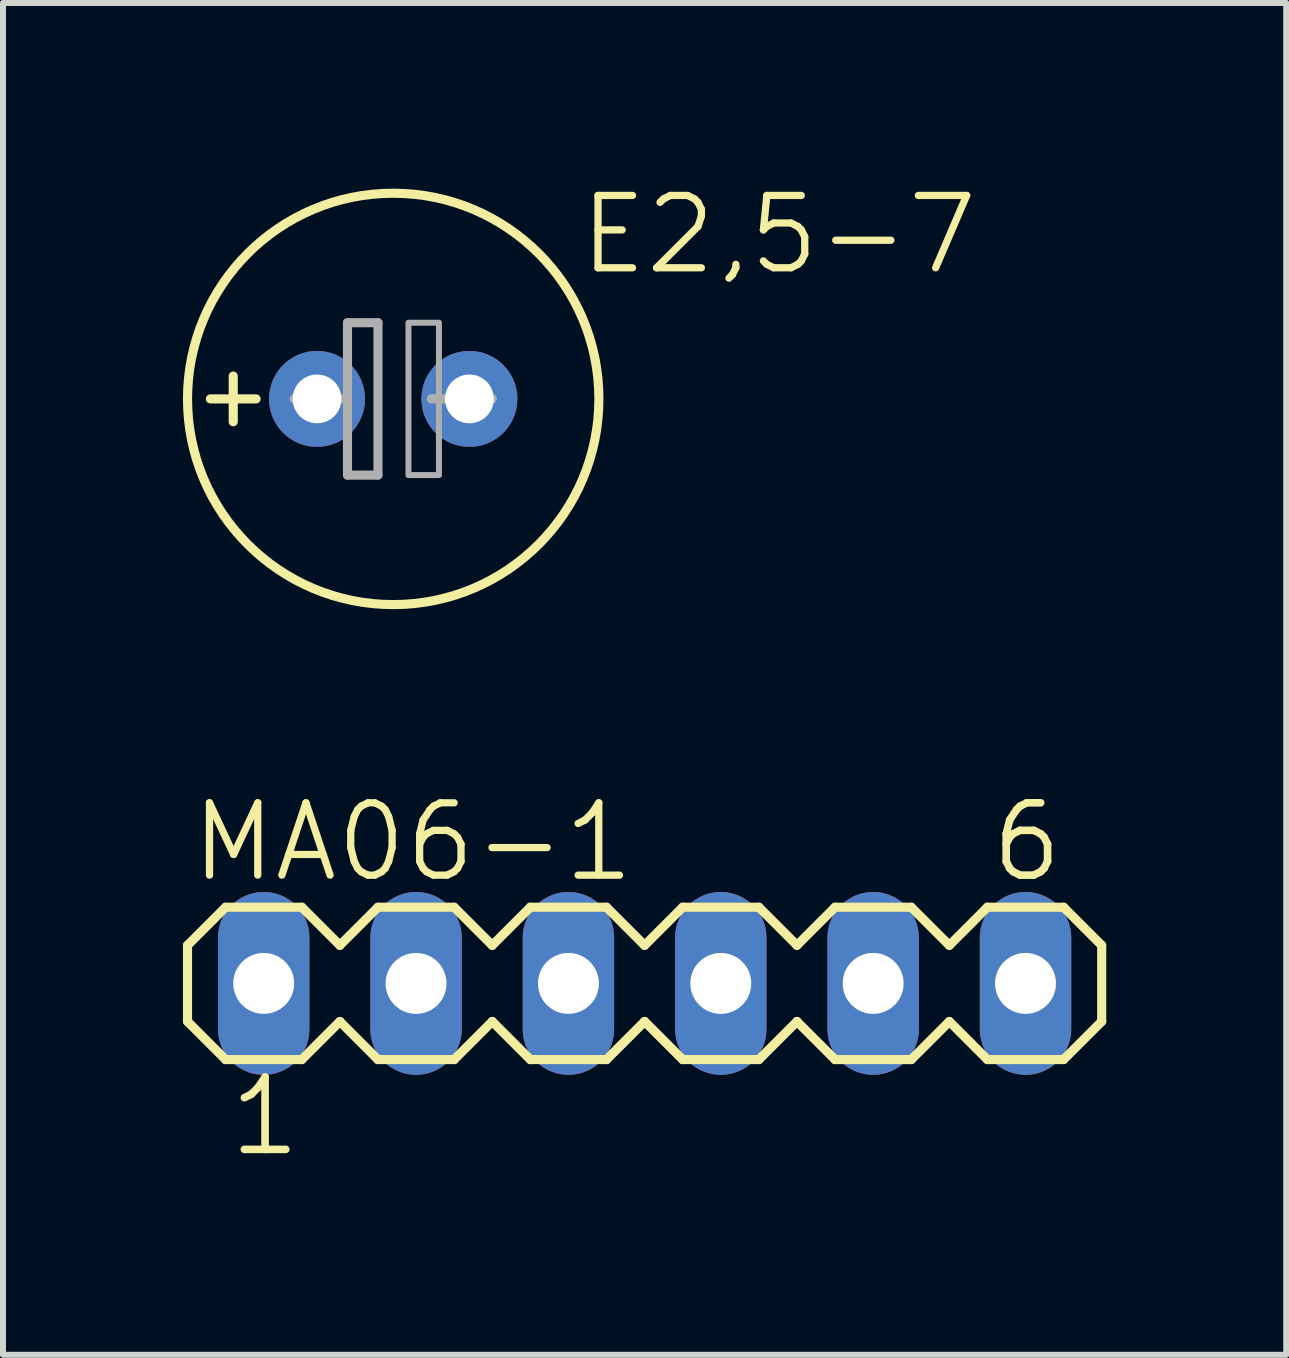
<source format=kicad_pcb>
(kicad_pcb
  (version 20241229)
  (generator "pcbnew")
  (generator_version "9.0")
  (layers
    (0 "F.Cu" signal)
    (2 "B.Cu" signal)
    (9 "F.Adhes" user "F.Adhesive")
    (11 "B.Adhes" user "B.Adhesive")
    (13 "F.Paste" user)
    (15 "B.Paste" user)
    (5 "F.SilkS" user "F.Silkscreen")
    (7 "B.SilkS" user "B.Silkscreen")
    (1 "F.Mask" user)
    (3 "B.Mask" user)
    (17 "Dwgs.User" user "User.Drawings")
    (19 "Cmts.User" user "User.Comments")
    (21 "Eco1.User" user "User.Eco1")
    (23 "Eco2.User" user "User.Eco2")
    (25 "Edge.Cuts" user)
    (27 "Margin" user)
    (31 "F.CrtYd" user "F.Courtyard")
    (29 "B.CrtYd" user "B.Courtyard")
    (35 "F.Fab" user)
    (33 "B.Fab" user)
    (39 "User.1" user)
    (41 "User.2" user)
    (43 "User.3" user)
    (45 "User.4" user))
  (footprint "MA06-1"
    (layer "F.Cu")
    (at 7.696 13.344)
    (property "Reference" "MA06-1" (at -7.62 -1.651 0) (layer "F.SilkS") (effects (font (size 1.206 1.206) (thickness 0.121)) (justify left bottom)))
    (attr through_hole)
    (fp_line (start -7.62 -0.635) (end -7.62 0.635) (stroke (width 0.152) (type solid)) (layer "F.SilkS"))
    (fp_line (start -7.62 0.635) (end -6.985 1.27) (stroke (width 0.152) (type solid)) (layer "F.SilkS"))
    (fp_line (start -6.985 -1.27) (end -7.62 -0.635) (stroke (width 0.152) (type solid)) (layer "F.SilkS"))
    (fp_line (start -6.985 -1.27) (end -5.715 -1.27) (stroke (width 0.152) (type solid)) (layer "F.SilkS"))
    (fp_line (start -5.715 -1.27) (end -5.08 -0.635) (stroke (width 0.152) (type solid)) (layer "F.SilkS"))
    (fp_line (start -5.715 1.27) (end -6.985 1.27) (stroke (width 0.152) (type solid)) (layer "F.SilkS"))
    (fp_line (start -5.08 -0.635) (end -4.445 -1.27) (stroke (width 0.152) (type solid)) (layer "F.SilkS"))
    (fp_line (start -5.08 0.635) (end -5.715 1.27) (stroke (width 0.152) (type solid)) (layer "F.SilkS"))
    (fp_line (start -4.445 -1.27) (end -3.175 -1.27) (stroke (width 0.152) (type solid)) (layer "F.SilkS"))
    (fp_line (start -4.445 1.27) (end -5.08 0.635) (stroke (width 0.152) (type solid)) (layer "F.SilkS"))
    (fp_line (start -3.175 -1.27) (end -2.54 -0.635) (stroke (width 0.152) (type solid)) (layer "F.SilkS"))
    (fp_line (start -3.175 1.27) (end -4.445 1.27) (stroke (width 0.152) (type solid)) (layer "F.SilkS"))
    (fp_line (start -2.54 -0.635) (end -1.905 -1.27) (stroke (width 0.152) (type solid)) (layer "F.SilkS"))
    (fp_line (start -2.54 0.635) (end -3.175 1.27) (stroke (width 0.152) (type solid)) (layer "F.SilkS"))
    (fp_line (start -1.905 -1.27) (end -0.635 -1.27) (stroke (width 0.152) (type solid)) (layer "F.SilkS"))
    (fp_line (start -1.905 1.27) (end -2.54 0.635) (stroke (width 0.152) (type solid)) (layer "F.SilkS"))
    (fp_line (start -0.635 -1.27) (end 0 -0.635) (stroke (width 0.152) (type solid)) (layer "F.SilkS"))
    (fp_line (start -0.635 1.27) (end -1.905 1.27) (stroke (width 0.152) (type solid)) (layer "F.SilkS"))
    (fp_line (start 0 0.635) (end -0.635 1.27) (stroke (width 0.152) (type solid)) (layer "F.SilkS"))
    (fp_line (start 0 0.635) (end 0.635 1.27) (stroke (width 0.152) (type solid)) (layer "F.SilkS"))
    (fp_line (start 0.635 -1.27) (end 0 -0.635) (stroke (width 0.152) (type solid)) (layer "F.SilkS"))
    (fp_line (start 0.635 -1.27) (end 1.905 -1.27) (stroke (width 0.152) (type solid)) (layer "F.SilkS"))
    (fp_line (start 1.905 -1.27) (end 2.54 -0.635) (stroke (width 0.152) (type solid)) (layer "F.SilkS"))
    (fp_line (start 1.905 1.27) (end 0.635 1.27) (stroke (width 0.152) (type solid)) (layer "F.SilkS"))
    (fp_line (start 2.54 -0.635) (end 3.175 -1.27) (stroke (width 0.152) (type solid)) (layer "F.SilkS"))
    (fp_line (start 2.54 0.635) (end 1.905 1.27) (stroke (width 0.152) (type solid)) (layer "F.SilkS"))
    (fp_line (start 3.175 -1.27) (end 4.445 -1.27) (stroke (width 0.152) (type solid)) (layer "F.SilkS"))
    (fp_line (start 3.175 1.27) (end 2.54 0.635) (stroke (width 0.152) (type solid)) (layer "F.SilkS"))
    (fp_line (start 4.445 -1.27) (end 5.08 -0.635) (stroke (width 0.152) (type solid)) (layer "F.SilkS"))
    (fp_line (start 4.445 1.27) (end 3.175 1.27) (stroke (width 0.152) (type solid)) (layer "F.SilkS"))
    (fp_line (start 5.08 -0.635) (end 5.715 -1.27) (stroke (width 0.152) (type solid)) (layer "F.SilkS"))
    (fp_line (start 5.08 0.635) (end 4.445 1.27) (stroke (width 0.152) (type solid)) (layer "F.SilkS"))
    (fp_line (start 5.715 -1.27) (end 6.985 -1.27) (stroke (width 0.152) (type solid)) (layer "F.SilkS"))
    (fp_line (start 5.715 1.27) (end 5.08 0.635) (stroke (width 0.152) (type solid)) (layer "F.SilkS"))
    (fp_line (start 6.985 -1.27) (end 7.62 -0.635) (stroke (width 0.152) (type solid)) (layer "F.SilkS"))
    (fp_line (start 6.985 1.27) (end 5.715 1.27) (stroke (width 0.152) (type solid)) (layer "F.SilkS"))
    (fp_line (start 7.62 -0.635) (end 7.62 0.635) (stroke (width 0.152) (type solid)) (layer "F.SilkS"))
    (fp_line (start 7.62 0.635) (end 6.985 1.27) (stroke (width 0.152) (type solid)) (layer "F.SilkS"))
    (fp_poly (pts (xy -6.604 0.254) (xy -6.096 0.254) (xy -6.096 -0.254) (xy -6.604 -0.254)) (stroke (width 0.1) (type solid)) (fill no) (layer "F.Fab"))
    (fp_poly (pts (xy -4.064 0.254) (xy -3.556 0.254) (xy -3.556 -0.254) (xy -4.064 -0.254)) (stroke (width 0.1) (type solid)) (fill no) (layer "F.Fab"))
    (fp_poly (pts (xy -1.524 0.254) (xy -1.016 0.254) (xy -1.016 -0.254) (xy -1.524 -0.254)) (stroke (width 0.1) (type solid)) (fill no) (layer "F.Fab"))
    (fp_poly (pts (xy 1.016 0.254) (xy 1.524 0.254) (xy 1.524 -0.254) (xy 1.016 -0.254)) (stroke (width 0.1) (type solid)) (fill no) (layer "F.Fab"))
    (fp_poly (pts (xy 3.556 0.254) (xy 4.064 0.254) (xy 4.064 -0.254) (xy 3.556 -0.254)) (stroke (width 0.1) (type solid)) (fill no) (layer "F.Fab"))
    (fp_poly (pts (xy 6.096 0.254) (xy 6.604 0.254) (xy 6.604 -0.254) (xy 6.096 -0.254)) (stroke (width 0.1) (type solid)) (fill no) (layer "F.Fab"))
    (fp_text user "1" (at -6.985 2.921 0) (layer "F.SilkS") (effects (font (size 1.206 1.206) (thickness 0.127)) (justify left bottom)))
    (fp_text user "6" (at 5.715 -1.651 0) (layer "F.SilkS") (effects (font (size 1.206 1.206) (thickness 0.127)) (justify left bottom)))
    (pad "1" thru_hole oval (at -6.35 0 90) (size 3.048 1.524) (drill 1.016) (layers "*.Cu" "*.Mask"))
    (pad "2" thru_hole oval (at -3.81 0 90) (size 3.048 1.524) (drill 1.016) (layers "*.Cu" "*.Mask"))
    (pad "3" thru_hole oval (at -1.27 0 90) (size 3.048 1.524) (drill 1.016) (layers "*.Cu" "*.Mask"))
    (pad "4" thru_hole oval (at 1.27 0 90) (size 3.048 1.524) (drill 1.016) (layers "*.Cu" "*.Mask"))
    (pad "5" thru_hole oval (at 3.81 0 90) (size 3.048 1.524) (drill 1.016) (layers "*.Cu" "*.Mask"))
    (pad "6" thru_hole oval (at 6.35 0 90) (size 3.048 1.524) (drill 1.016) (layers "*.Cu" "*.Mask")))
  (footprint "E2,5-7"
    (layer "F.Cu")
    (at 3.505 3.6)
    (property "Reference" "E2,5-7" (at 3.048 -2.032 0) (layer "F.SilkS") (effects (font (size 1.206 1.206) (thickness 0.121)) (justify left bottom)))
    (attr through_hole)
    (fp_line (start -3.048 0) (end -2.286 0) (stroke (width 0.152) (type solid)) (layer "F.SilkS"))
    (fp_line (start -2.667 0.381) (end -2.667 -0.381) (stroke (width 0.152) (type solid)) (layer "F.SilkS"))
    (fp_circle (center 0 0) (end 3.429 0) (stroke (width 0.152) (type solid)) (fill no) (layer "F.SilkS"))
    (fp_line (start -1.651 0) (end -0.762 0) (stroke (width 0.152) (type solid)) (layer "F.Fab"))
    (fp_line (start -0.762 -1.27) (end -0.762 0) (stroke (width 0.152) (type solid)) (layer "F.Fab"))
    (fp_line (start -0.762 0) (end -0.762 1.27) (stroke (width 0.152) (type solid)) (layer "F.Fab"))
    (fp_line (start -0.762 1.27) (end -0.254 1.27) (stroke (width 0.152) (type solid)) (layer "F.Fab"))
    (fp_line (start -0.254 -1.27) (end -0.762 -1.27) (stroke (width 0.152) (type solid)) (layer "F.Fab"))
    (fp_line (start -0.254 1.27) (end -0.254 -1.27) (stroke (width 0.152) (type solid)) (layer "F.Fab"))
    (fp_line (start 0.635 0) (end 1.651 0) (stroke (width 0.152) (type solid)) (layer "F.Fab"))
    (fp_poly (pts (xy 0.254 1.27) (xy 0.762 1.27) (xy 0.762 -1.27) (xy 0.254 -1.27)) (stroke (width 0.1) (type solid)) (fill no) (layer "F.Fab"))
    (pad "+" thru_hole circle (at -1.27 0) (size 1.6 1.6) (drill 0.813) (layers "*.Cu" "*.Mask"))
    (pad "-" thru_hole circle (at 1.27 0) (size 1.6 1.6) (drill 0.813) (layers "*.Cu" "*.Mask")))
  (gr_rect
    (start -3 -3)
    (end 18.392 19.535)
    (stroke (width 0.1) (type default))
    (fill no)
    (layer "Edge.Cuts")))
</source>
